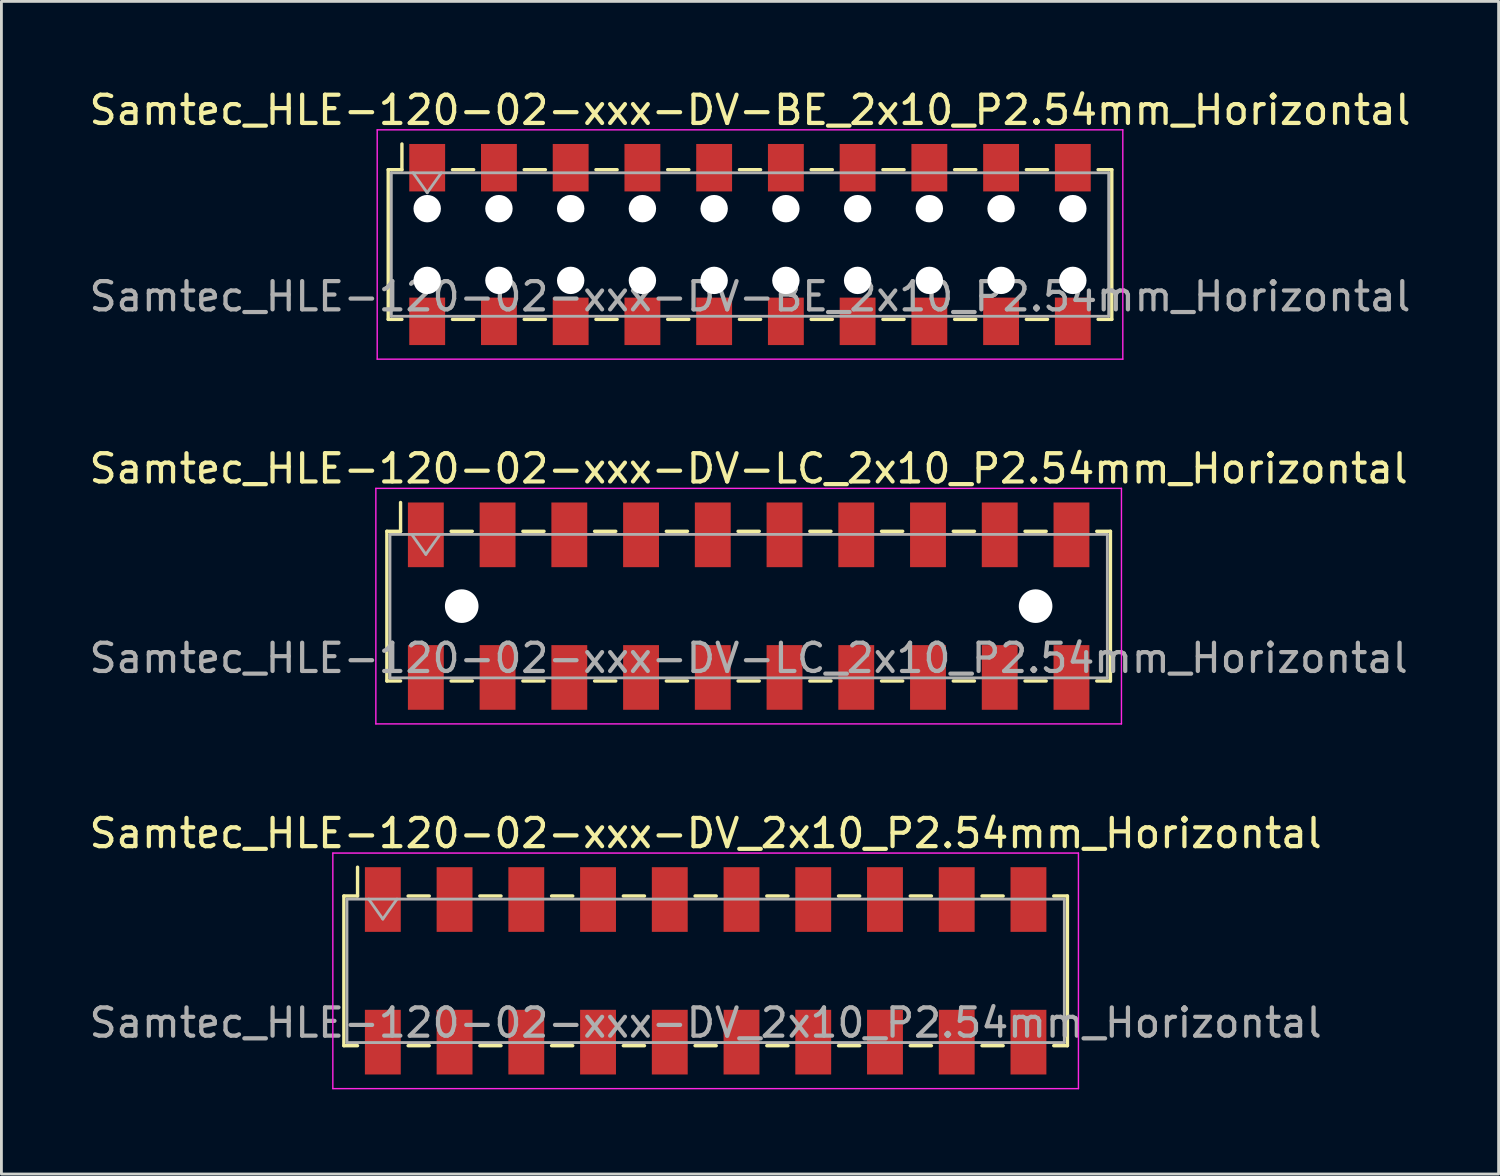
<source format=kicad_pcb>
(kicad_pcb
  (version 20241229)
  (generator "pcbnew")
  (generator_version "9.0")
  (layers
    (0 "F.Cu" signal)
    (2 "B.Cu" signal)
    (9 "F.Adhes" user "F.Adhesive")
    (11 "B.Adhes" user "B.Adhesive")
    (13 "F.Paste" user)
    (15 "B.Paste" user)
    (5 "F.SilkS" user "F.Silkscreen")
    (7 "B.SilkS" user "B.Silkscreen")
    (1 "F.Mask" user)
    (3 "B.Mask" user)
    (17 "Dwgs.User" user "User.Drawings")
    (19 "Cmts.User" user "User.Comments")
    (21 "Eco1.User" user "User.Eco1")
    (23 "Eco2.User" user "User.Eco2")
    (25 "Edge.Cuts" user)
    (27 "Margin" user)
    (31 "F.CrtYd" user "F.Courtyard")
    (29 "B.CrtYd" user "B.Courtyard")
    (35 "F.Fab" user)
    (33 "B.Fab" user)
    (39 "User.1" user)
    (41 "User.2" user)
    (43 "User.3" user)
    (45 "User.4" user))
  (footprint "Samtec_HLE-120-02-xxx-DV_2x10_P2.54mm_Horizontal"
    (layer "F.Cu")
    (at 21.935 31.325)
    (property "Reference" "Samtec_HLE-120-02-xxx-DV_2x10_P2.54mm_Horizontal" (at 0 -4.87 0) (layer "F.SilkS") (effects (font (size 1 1) (thickness 0.15))))
    (attr smd)
    (fp_line (start -12.81 -2.65) (end -12.81 2.65) (stroke (width 0.12) (type solid)) (layer "F.SilkS"))
    (fp_line (start -12.81 2.65) (end -12.325 2.65) (stroke (width 0.12) (type solid)) (layer "F.SilkS"))
    (fp_line (start -12.325 -3.67) (end -12.325 -2.65) (stroke (width 0.12) (type solid)) (layer "F.SilkS"))
    (fp_line (start -12.325 -2.65) (end -12.81 -2.65) (stroke (width 0.12) (type solid)) (layer "F.SilkS"))
    (fp_line (start -10.535 -2.65) (end -9.785 -2.65) (stroke (width 0.12) (type solid)) (layer "F.SilkS"))
    (fp_line (start -10.535 2.65) (end -9.785 2.65) (stroke (width 0.12) (type solid)) (layer "F.SilkS"))
    (fp_line (start -7.995 -2.65) (end -7.245 -2.65) (stroke (width 0.12) (type solid)) (layer "F.SilkS"))
    (fp_line (start -7.995 2.65) (end -7.245 2.65) (stroke (width 0.12) (type solid)) (layer "F.SilkS"))
    (fp_line (start -5.455 -2.65) (end -4.705 -2.65) (stroke (width 0.12) (type solid)) (layer "F.SilkS"))
    (fp_line (start -5.455 2.65) (end -4.705 2.65) (stroke (width 0.12) (type solid)) (layer "F.SilkS"))
    (fp_line (start -2.915 -2.65) (end -2.165 -2.65) (stroke (width 0.12) (type solid)) (layer "F.SilkS"))
    (fp_line (start -2.915 2.65) (end -2.165 2.65) (stroke (width 0.12) (type solid)) (layer "F.SilkS"))
    (fp_line (start -0.375 -2.65) (end 0.375 -2.65) (stroke (width 0.12) (type solid)) (layer "F.SilkS"))
    (fp_line (start -0.375 2.65) (end 0.375 2.65) (stroke (width 0.12) (type solid)) (layer "F.SilkS"))
    (fp_line (start 2.165 -2.65) (end 2.915 -2.65) (stroke (width 0.12) (type solid)) (layer "F.SilkS"))
    (fp_line (start 2.165 2.65) (end 2.915 2.65) (stroke (width 0.12) (type solid)) (layer "F.SilkS"))
    (fp_line (start 4.705 -2.65) (end 5.455 -2.65) (stroke (width 0.12) (type solid)) (layer "F.SilkS"))
    (fp_line (start 4.705 2.65) (end 5.455 2.65) (stroke (width 0.12) (type solid)) (layer "F.SilkS"))
    (fp_line (start 7.245 -2.65) (end 7.995 -2.65) (stroke (width 0.12) (type solid)) (layer "F.SilkS"))
    (fp_line (start 7.245 2.65) (end 7.995 2.65) (stroke (width 0.12) (type solid)) (layer "F.SilkS"))
    (fp_line (start 9.785 -2.65) (end 10.535 -2.65) (stroke (width 0.12) (type solid)) (layer "F.SilkS"))
    (fp_line (start 9.785 2.65) (end 10.535 2.65) (stroke (width 0.12) (type solid)) (layer "F.SilkS"))
    (fp_line (start 12.325 -2.65) (end 12.81 -2.65) (stroke (width 0.12) (type solid)) (layer "F.SilkS"))
    (fp_line (start 12.81 -2.65) (end 12.81 2.65) (stroke (width 0.12) (type solid)) (layer "F.SilkS"))
    (fp_line (start 12.81 2.65) (end 12.325 2.65) (stroke (width 0.12) (type solid)) (layer "F.SilkS"))
    (fp_line (start -13.2 -4.17) (end 13.2 -4.17) (stroke (width 0.05) (type solid)) (layer "F.CrtYd"))
    (fp_line (start -13.2 4.17) (end -13.2 -4.17) (stroke (width 0.05) (type solid)) (layer "F.CrtYd"))
    (fp_line (start 13.2 -4.17) (end 13.2 4.17) (stroke (width 0.05) (type solid)) (layer "F.CrtYd"))
    (fp_line (start 13.2 4.17) (end -13.2 4.17) (stroke (width 0.05) (type solid)) (layer "F.CrtYd"))
    (fp_line (start -12.7 -2.54) (end 12.7 -2.54) (stroke (width 0.1) (type solid)) (layer "F.Fab"))
    (fp_line (start -12.7 2.54) (end -12.7 -2.54) (stroke (width 0.1) (type solid)) (layer "F.Fab"))
    (fp_line (start -11.93 -2.54) (end -11.43 -1.833) (stroke (width 0.1) (type solid)) (layer "F.Fab"))
    (fp_line (start -11.43 -1.833) (end -10.93 -2.54) (stroke (width 0.1) (type solid)) (layer "F.Fab"))
    (fp_line (start 12.7 -2.54) (end 12.7 2.54) (stroke (width 0.1) (type solid)) (layer "F.Fab"))
    (fp_line (start 12.7 2.54) (end -12.7 2.54) (stroke (width 0.1) (type solid)) (layer "F.Fab"))
    (fp_text user "${REFERENCE}" (at 0 1.84 0) (layer "F.Fab") (effects (font (size 1 1) (thickness 0.15))))
    (pad "1" smd rect (at -11.43 -2.525) (size 1.27 2.29) (layers "F.Cu" "F.Mask" "F.Paste"))
    (pad "2" smd rect (at -11.43 2.525) (size 1.27 2.29) (layers "F.Cu" "F.Mask" "F.Paste"))
    (pad "3" smd rect (at -8.89 -2.525) (size 1.27 2.29) (layers "F.Cu" "F.Mask" "F.Paste"))
    (pad "4" smd rect (at -8.89 2.525) (size 1.27 2.29) (layers "F.Cu" "F.Mask" "F.Paste"))
    (pad "5" smd rect (at -6.35 -2.525) (size 1.27 2.29) (layers "F.Cu" "F.Mask" "F.Paste"))
    (pad "6" smd rect (at -6.35 2.525) (size 1.27 2.29) (layers "F.Cu" "F.Mask" "F.Paste"))
    (pad "7" smd rect (at -3.81 -2.525) (size 1.27 2.29) (layers "F.Cu" "F.Mask" "F.Paste"))
    (pad "8" smd rect (at -3.81 2.525) (size 1.27 2.29) (layers "F.Cu" "F.Mask" "F.Paste"))
    (pad "9" smd rect (at -1.27 -2.525) (size 1.27 2.29) (layers "F.Cu" "F.Mask" "F.Paste"))
    (pad "10" smd rect (at -1.27 2.525) (size 1.27 2.29) (layers "F.Cu" "F.Mask" "F.Paste"))
    (pad "11" smd rect (at 1.27 -2.525) (size 1.27 2.29) (layers "F.Cu" "F.Mask" "F.Paste"))
    (pad "12" smd rect (at 1.27 2.525) (size 1.27 2.29) (layers "F.Cu" "F.Mask" "F.Paste"))
    (pad "13" smd rect (at 3.81 -2.525) (size 1.27 2.29) (layers "F.Cu" "F.Mask" "F.Paste"))
    (pad "14" smd rect (at 3.81 2.525) (size 1.27 2.29) (layers "F.Cu" "F.Mask" "F.Paste"))
    (pad "15" smd rect (at 6.35 -2.525) (size 1.27 2.29) (layers "F.Cu" "F.Mask" "F.Paste"))
    (pad "16" smd rect (at 6.35 2.525) (size 1.27 2.29) (layers "F.Cu" "F.Mask" "F.Paste"))
    (pad "17" smd rect (at 8.89 -2.525) (size 1.27 2.29) (layers "F.Cu" "F.Mask" "F.Paste"))
    (pad "18" smd rect (at 8.89 2.525) (size 1.27 2.29) (layers "F.Cu" "F.Mask" "F.Paste"))
    (pad "19" smd rect (at 11.43 -2.525) (size 1.27 2.29) (layers "F.Cu" "F.Mask" "F.Paste"))
    (pad "20" smd rect (at 11.43 2.525) (size 1.27 2.29) (layers "F.Cu" "F.Mask" "F.Paste")))
  (footprint "Samtec_HLE-120-02-xxx-DV-LC_2x10_P2.54mm_Horizontal"
    (layer "F.Cu")
    (at 23.458 18.412)
    (property "Reference" "Samtec_HLE-120-02-xxx-DV-LC_2x10_P2.54mm_Horizontal" (at 0 -4.87 0) (layer "F.SilkS") (effects (font (size 1 1) (thickness 0.15))))
    (attr smd)
    (fp_line (start -12.81 -2.65) (end -12.81 2.65) (stroke (width 0.12) (type solid)) (layer "F.SilkS"))
    (fp_line (start -12.81 2.65) (end -12.325 2.65) (stroke (width 0.12) (type solid)) (layer "F.SilkS"))
    (fp_line (start -12.325 -3.67) (end -12.325 -2.65) (stroke (width 0.12) (type solid)) (layer "F.SilkS"))
    (fp_line (start -12.325 -2.65) (end -12.81 -2.65) (stroke (width 0.12) (type solid)) (layer "F.SilkS"))
    (fp_line (start -10.535 -2.65) (end -9.785 -2.65) (stroke (width 0.12) (type solid)) (layer "F.SilkS"))
    (fp_line (start -10.535 2.65) (end -9.785 2.65) (stroke (width 0.12) (type solid)) (layer "F.SilkS"))
    (fp_line (start -7.995 -2.65) (end -7.245 -2.65) (stroke (width 0.12) (type solid)) (layer "F.SilkS"))
    (fp_line (start -7.995 2.65) (end -7.245 2.65) (stroke (width 0.12) (type solid)) (layer "F.SilkS"))
    (fp_line (start -5.455 -2.65) (end -4.705 -2.65) (stroke (width 0.12) (type solid)) (layer "F.SilkS"))
    (fp_line (start -5.455 2.65) (end -4.705 2.65) (stroke (width 0.12) (type solid)) (layer "F.SilkS"))
    (fp_line (start -2.915 -2.65) (end -2.165 -2.65) (stroke (width 0.12) (type solid)) (layer "F.SilkS"))
    (fp_line (start -2.915 2.65) (end -2.165 2.65) (stroke (width 0.12) (type solid)) (layer "F.SilkS"))
    (fp_line (start -0.375 -2.65) (end 0.375 -2.65) (stroke (width 0.12) (type solid)) (layer "F.SilkS"))
    (fp_line (start -0.375 2.65) (end 0.375 2.65) (stroke (width 0.12) (type solid)) (layer "F.SilkS"))
    (fp_line (start 2.165 -2.65) (end 2.915 -2.65) (stroke (width 0.12) (type solid)) (layer "F.SilkS"))
    (fp_line (start 2.165 2.65) (end 2.915 2.65) (stroke (width 0.12) (type solid)) (layer "F.SilkS"))
    (fp_line (start 4.705 -2.65) (end 5.455 -2.65) (stroke (width 0.12) (type solid)) (layer "F.SilkS"))
    (fp_line (start 4.705 2.65) (end 5.455 2.65) (stroke (width 0.12) (type solid)) (layer "F.SilkS"))
    (fp_line (start 7.245 -2.65) (end 7.995 -2.65) (stroke (width 0.12) (type solid)) (layer "F.SilkS"))
    (fp_line (start 7.245 2.65) (end 7.995 2.65) (stroke (width 0.12) (type solid)) (layer "F.SilkS"))
    (fp_line (start 9.785 -2.65) (end 10.535 -2.65) (stroke (width 0.12) (type solid)) (layer "F.SilkS"))
    (fp_line (start 9.785 2.65) (end 10.535 2.65) (stroke (width 0.12) (type solid)) (layer "F.SilkS"))
    (fp_line (start 12.325 -2.65) (end 12.81 -2.65) (stroke (width 0.12) (type solid)) (layer "F.SilkS"))
    (fp_line (start 12.81 -2.65) (end 12.81 2.65) (stroke (width 0.12) (type solid)) (layer "F.SilkS"))
    (fp_line (start 12.81 2.65) (end 12.325 2.65) (stroke (width 0.12) (type solid)) (layer "F.SilkS"))
    (fp_line (start -13.2 -4.17) (end 13.2 -4.17) (stroke (width 0.05) (type solid)) (layer "F.CrtYd"))
    (fp_line (start -13.2 4.17) (end -13.2 -4.17) (stroke (width 0.05) (type solid)) (layer "F.CrtYd"))
    (fp_line (start 13.2 -4.17) (end 13.2 4.17) (stroke (width 0.05) (type solid)) (layer "F.CrtYd"))
    (fp_line (start 13.2 4.17) (end -13.2 4.17) (stroke (width 0.05) (type solid)) (layer "F.CrtYd"))
    (fp_line (start -12.7 -2.54) (end 12.7 -2.54) (stroke (width 0.1) (type solid)) (layer "F.Fab"))
    (fp_line (start -12.7 2.54) (end -12.7 -2.54) (stroke (width 0.1) (type solid)) (layer "F.Fab"))
    (fp_line (start -11.93 -2.54) (end -11.43 -1.833) (stroke (width 0.1) (type solid)) (layer "F.Fab"))
    (fp_line (start -11.43 -1.833) (end -10.93 -2.54) (stroke (width 0.1) (type solid)) (layer "F.Fab"))
    (fp_line (start 12.7 -2.54) (end 12.7 2.54) (stroke (width 0.1) (type solid)) (layer "F.Fab"))
    (fp_line (start 12.7 2.54) (end -12.7 2.54) (stroke (width 0.1) (type solid)) (layer "F.Fab"))
    (fp_text user "${REFERENCE}" (at 0 1.84 0) (layer "F.Fab") (effects (font (size 1 1) (thickness 0.15))))
    (pad "" np_thru_hole circle (at -10.16 0) (size 1.19 1.19) (drill 1.19) (layers "*.Cu" "*.Mask"))
    (pad "" np_thru_hole circle (at 10.16 0) (size 1.19 1.19) (drill 1.19) (layers "*.Cu" "*.Mask"))
    (pad "1" smd rect (at -11.43 -2.525) (size 1.27 2.29) (layers "F.Cu" "F.Mask" "F.Paste"))
    (pad "2" smd rect (at -11.43 2.525) (size 1.27 2.29) (layers "F.Cu" "F.Mask" "F.Paste"))
    (pad "3" smd rect (at -8.89 -2.525) (size 1.27 2.29) (layers "F.Cu" "F.Mask" "F.Paste"))
    (pad "4" smd rect (at -8.89 2.525) (size 1.27 2.29) (layers "F.Cu" "F.Mask" "F.Paste"))
    (pad "5" smd rect (at -6.35 -2.525) (size 1.27 2.29) (layers "F.Cu" "F.Mask" "F.Paste"))
    (pad "6" smd rect (at -6.35 2.525) (size 1.27 2.29) (layers "F.Cu" "F.Mask" "F.Paste"))
    (pad "7" smd rect (at -3.81 -2.525) (size 1.27 2.29) (layers "F.Cu" "F.Mask" "F.Paste"))
    (pad "8" smd rect (at -3.81 2.525) (size 1.27 2.29) (layers "F.Cu" "F.Mask" "F.Paste"))
    (pad "9" smd rect (at -1.27 -2.525) (size 1.27 2.29) (layers "F.Cu" "F.Mask" "F.Paste"))
    (pad "10" smd rect (at -1.27 2.525) (size 1.27 2.29) (layers "F.Cu" "F.Mask" "F.Paste"))
    (pad "11" smd rect (at 1.27 -2.525) (size 1.27 2.29) (layers "F.Cu" "F.Mask" "F.Paste"))
    (pad "12" smd rect (at 1.27 2.525) (size 1.27 2.29) (layers "F.Cu" "F.Mask" "F.Paste"))
    (pad "13" smd rect (at 3.81 -2.525) (size 1.27 2.29) (layers "F.Cu" "F.Mask" "F.Paste"))
    (pad "14" smd rect (at 3.81 2.525) (size 1.27 2.29) (layers "F.Cu" "F.Mask" "F.Paste"))
    (pad "15" smd rect (at 6.35 -2.525) (size 1.27 2.29) (layers "F.Cu" "F.Mask" "F.Paste"))
    (pad "16" smd rect (at 6.35 2.525) (size 1.27 2.29) (layers "F.Cu" "F.Mask" "F.Paste"))
    (pad "17" smd rect (at 8.89 -2.525) (size 1.27 2.29) (layers "F.Cu" "F.Mask" "F.Paste"))
    (pad "18" smd rect (at 8.89 2.525) (size 1.27 2.29) (layers "F.Cu" "F.Mask" "F.Paste"))
    (pad "19" smd rect (at 11.43 -2.525) (size 1.27 2.29) (layers "F.Cu" "F.Mask" "F.Paste"))
    (pad "20" smd rect (at 11.43 2.525) (size 1.27 2.29) (layers "F.Cu" "F.Mask" "F.Paste")))
  (footprint "Samtec_HLE-120-02-xxx-DV-BE_2x10_P2.54mm_Horizontal"
    (layer "F.Cu")
    (at 23.506 5.608)
    (property "Reference" "Samtec_HLE-120-02-xxx-DV-BE_2x10_P2.54mm_Horizontal" (at 0 -4.76 0) (layer "F.SilkS") (effects (font (size 1 1) (thickness 0.15))))
    (attr smd)
    (fp_line (start -12.81 -2.65) (end -12.81 2.65) (stroke (width 0.12) (type solid)) (layer "F.SilkS"))
    (fp_line (start -12.81 2.65) (end -12.325 2.65) (stroke (width 0.12) (type solid)) (layer "F.SilkS"))
    (fp_line (start -12.325 -3.56) (end -12.325 -2.65) (stroke (width 0.12) (type solid)) (layer "F.SilkS"))
    (fp_line (start -12.325 -2.65) (end -12.81 -2.65) (stroke (width 0.12) (type solid)) (layer "F.SilkS"))
    (fp_line (start -10.535 -2.65) (end -9.785 -2.65) (stroke (width 0.12) (type solid)) (layer "F.SilkS"))
    (fp_line (start -10.535 2.65) (end -9.785 2.65) (stroke (width 0.12) (type solid)) (layer "F.SilkS"))
    (fp_line (start -7.995 -2.65) (end -7.245 -2.65) (stroke (width 0.12) (type solid)) (layer "F.SilkS"))
    (fp_line (start -7.995 2.65) (end -7.245 2.65) (stroke (width 0.12) (type solid)) (layer "F.SilkS"))
    (fp_line (start -5.455 -2.65) (end -4.705 -2.65) (stroke (width 0.12) (type solid)) (layer "F.SilkS"))
    (fp_line (start -5.455 2.65) (end -4.705 2.65) (stroke (width 0.12) (type solid)) (layer "F.SilkS"))
    (fp_line (start -2.915 -2.65) (end -2.165 -2.65) (stroke (width 0.12) (type solid)) (layer "F.SilkS"))
    (fp_line (start -2.915 2.65) (end -2.165 2.65) (stroke (width 0.12) (type solid)) (layer "F.SilkS"))
    (fp_line (start -0.375 -2.65) (end 0.375 -2.65) (stroke (width 0.12) (type solid)) (layer "F.SilkS"))
    (fp_line (start -0.375 2.65) (end 0.375 2.65) (stroke (width 0.12) (type solid)) (layer "F.SilkS"))
    (fp_line (start 2.165 -2.65) (end 2.915 -2.65) (stroke (width 0.12) (type solid)) (layer "F.SilkS"))
    (fp_line (start 2.165 2.65) (end 2.915 2.65) (stroke (width 0.12) (type solid)) (layer "F.SilkS"))
    (fp_line (start 4.705 -2.65) (end 5.455 -2.65) (stroke (width 0.12) (type solid)) (layer "F.SilkS"))
    (fp_line (start 4.705 2.65) (end 5.455 2.65) (stroke (width 0.12) (type solid)) (layer "F.SilkS"))
    (fp_line (start 7.245 -2.65) (end 7.995 -2.65) (stroke (width 0.12) (type solid)) (layer "F.SilkS"))
    (fp_line (start 7.245 2.65) (end 7.995 2.65) (stroke (width 0.12) (type solid)) (layer "F.SilkS"))
    (fp_line (start 9.785 -2.65) (end 10.535 -2.65) (stroke (width 0.12) (type solid)) (layer "F.SilkS"))
    (fp_line (start 9.785 2.65) (end 10.535 2.65) (stroke (width 0.12) (type solid)) (layer "F.SilkS"))
    (fp_line (start 12.325 -2.65) (end 12.81 -2.65) (stroke (width 0.12) (type solid)) (layer "F.SilkS"))
    (fp_line (start 12.81 -2.65) (end 12.81 2.65) (stroke (width 0.12) (type solid)) (layer "F.SilkS"))
    (fp_line (start 12.81 2.65) (end 12.325 2.65) (stroke (width 0.12) (type solid)) (layer "F.SilkS"))
    (fp_line (start -13.2 -4.06) (end 13.2 -4.06) (stroke (width 0.05) (type solid)) (layer "F.CrtYd"))
    (fp_line (start -13.2 4.06) (end -13.2 -4.06) (stroke (width 0.05) (type solid)) (layer "F.CrtYd"))
    (fp_line (start 13.2 -4.06) (end 13.2 4.06) (stroke (width 0.05) (type solid)) (layer "F.CrtYd"))
    (fp_line (start 13.2 4.06) (end -13.2 4.06) (stroke (width 0.05) (type solid)) (layer "F.CrtYd"))
    (fp_line (start -12.7 -2.54) (end 12.7 -2.54) (stroke (width 0.1) (type solid)) (layer "F.Fab"))
    (fp_line (start -12.7 2.54) (end -12.7 -2.54) (stroke (width 0.1) (type solid)) (layer "F.Fab"))
    (fp_line (start -11.93 -2.54) (end -11.43 -1.833) (stroke (width 0.1) (type solid)) (layer "F.Fab"))
    (fp_line (start -11.43 -1.833) (end -10.93 -2.54) (stroke (width 0.1) (type solid)) (layer "F.Fab"))
    (fp_line (start 12.7 -2.54) (end 12.7 2.54) (stroke (width 0.1) (type solid)) (layer "F.Fab"))
    (fp_line (start 12.7 2.54) (end -12.7 2.54) (stroke (width 0.1) (type solid)) (layer "F.Fab"))
    (fp_text user "${REFERENCE}" (at 0 1.84 0) (layer "F.Fab") (effects (font (size 1 1) (thickness 0.15))))
    (pad "" np_thru_hole circle (at -11.43 -1.27) (size 0.97 0.97) (drill 0.97) (layers "*.Cu" "*.Mask"))
    (pad "" np_thru_hole circle (at -11.43 1.27) (size 0.97 0.97) (drill 0.97) (layers "*.Cu" "*.Mask"))
    (pad "" np_thru_hole circle (at -8.89 -1.27) (size 0.97 0.97) (drill 0.97) (layers "*.Cu" "*.Mask"))
    (pad "" np_thru_hole circle (at -8.89 1.27) (size 0.97 0.97) (drill 0.97) (layers "*.Cu" "*.Mask"))
    (pad "" np_thru_hole circle (at -6.35 -1.27) (size 0.97 0.97) (drill 0.97) (layers "*.Cu" "*.Mask"))
    (pad "" np_thru_hole circle (at -6.35 1.27) (size 0.97 0.97) (drill 0.97) (layers "*.Cu" "*.Mask"))
    (pad "" np_thru_hole circle (at -3.81 -1.27) (size 0.97 0.97) (drill 0.97) (layers "*.Cu" "*.Mask"))
    (pad "" np_thru_hole circle (at -3.81 1.27) (size 0.97 0.97) (drill 0.97) (layers "*.Cu" "*.Mask"))
    (pad "" np_thru_hole circle (at -1.27 -1.27) (size 0.97 0.97) (drill 0.97) (layers "*.Cu" "*.Mask"))
    (pad "" np_thru_hole circle (at -1.27 1.27) (size 0.97 0.97) (drill 0.97) (layers "*.Cu" "*.Mask"))
    (pad "" np_thru_hole circle (at 1.27 -1.27) (size 0.97 0.97) (drill 0.97) (layers "*.Cu" "*.Mask"))
    (pad "" np_thru_hole circle (at 1.27 1.27) (size 0.97 0.97) (drill 0.97) (layers "*.Cu" "*.Mask"))
    (pad "" np_thru_hole circle (at 3.81 -1.27) (size 0.97 0.97) (drill 0.97) (layers "*.Cu" "*.Mask"))
    (pad "" np_thru_hole circle (at 3.81 1.27) (size 0.97 0.97) (drill 0.97) (layers "*.Cu" "*.Mask"))
    (pad "" np_thru_hole circle (at 6.35 -1.27) (size 0.97 0.97) (drill 0.97) (layers "*.Cu" "*.Mask"))
    (pad "" np_thru_hole circle (at 6.35 1.27) (size 0.97 0.97) (drill 0.97) (layers "*.Cu" "*.Mask"))
    (pad "" np_thru_hole circle (at 8.89 -1.27) (size 0.97 0.97) (drill 0.97) (layers "*.Cu" "*.Mask"))
    (pad "" np_thru_hole circle (at 8.89 1.27) (size 0.97 0.97) (drill 0.97) (layers "*.Cu" "*.Mask"))
    (pad "" np_thru_hole circle (at 11.43 -1.27) (size 0.97 0.97) (drill 0.97) (layers "*.Cu" "*.Mask"))
    (pad "" np_thru_hole circle (at 11.43 1.27) (size 0.97 0.97) (drill 0.97) (layers "*.Cu" "*.Mask"))
    (pad "1" smd rect (at -11.43 -2.72) (size 1.27 1.68) (layers "F.Cu" "F.Mask" "F.Paste"))
    (pad "2" smd rect (at -11.43 2.72) (size 1.27 1.68) (layers "F.Cu" "F.Mask" "F.Paste"))
    (pad "3" smd rect (at -8.89 -2.72) (size 1.27 1.68) (layers "F.Cu" "F.Mask" "F.Paste"))
    (pad "4" smd rect (at -8.89 2.72) (size 1.27 1.68) (layers "F.Cu" "F.Mask" "F.Paste"))
    (pad "5" smd rect (at -6.35 -2.72) (size 1.27 1.68) (layers "F.Cu" "F.Mask" "F.Paste"))
    (pad "6" smd rect (at -6.35 2.72) (size 1.27 1.68) (layers "F.Cu" "F.Mask" "F.Paste"))
    (pad "7" smd rect (at -3.81 -2.72) (size 1.27 1.68) (layers "F.Cu" "F.Mask" "F.Paste"))
    (pad "8" smd rect (at -3.81 2.72) (size 1.27 1.68) (layers "F.Cu" "F.Mask" "F.Paste"))
    (pad "9" smd rect (at -1.27 -2.72) (size 1.27 1.68) (layers "F.Cu" "F.Mask" "F.Paste"))
    (pad "10" smd rect (at -1.27 2.72) (size 1.27 1.68) (layers "F.Cu" "F.Mask" "F.Paste"))
    (pad "11" smd rect (at 1.27 -2.72) (size 1.27 1.68) (layers "F.Cu" "F.Mask" "F.Paste"))
    (pad "12" smd rect (at 1.27 2.72) (size 1.27 1.68) (layers "F.Cu" "F.Mask" "F.Paste"))
    (pad "13" smd rect (at 3.81 -2.72) (size 1.27 1.68) (layers "F.Cu" "F.Mask" "F.Paste"))
    (pad "14" smd rect (at 3.81 2.72) (size 1.27 1.68) (layers "F.Cu" "F.Mask" "F.Paste"))
    (pad "15" smd rect (at 6.35 -2.72) (size 1.27 1.68) (layers "F.Cu" "F.Mask" "F.Paste"))
    (pad "16" smd rect (at 6.35 2.72) (size 1.27 1.68) (layers "F.Cu" "F.Mask" "F.Paste"))
    (pad "17" smd rect (at 8.89 -2.72) (size 1.27 1.68) (layers "F.Cu" "F.Mask" "F.Paste"))
    (pad "18" smd rect (at 8.89 2.72) (size 1.27 1.68) (layers "F.Cu" "F.Mask" "F.Paste"))
    (pad "19" smd rect (at 11.43 -2.72) (size 1.27 1.68) (layers "F.Cu" "F.Mask" "F.Paste"))
    (pad "20" smd rect (at 11.43 2.72) (size 1.27 1.68) (layers "F.Cu" "F.Mask" "F.Paste")))
  (gr_rect
    (start -3 -3)
    (end 50.012 38.52)
    (stroke (width 0.1) (type default))
    (fill no)
    (layer "Edge.Cuts")))
</source>
